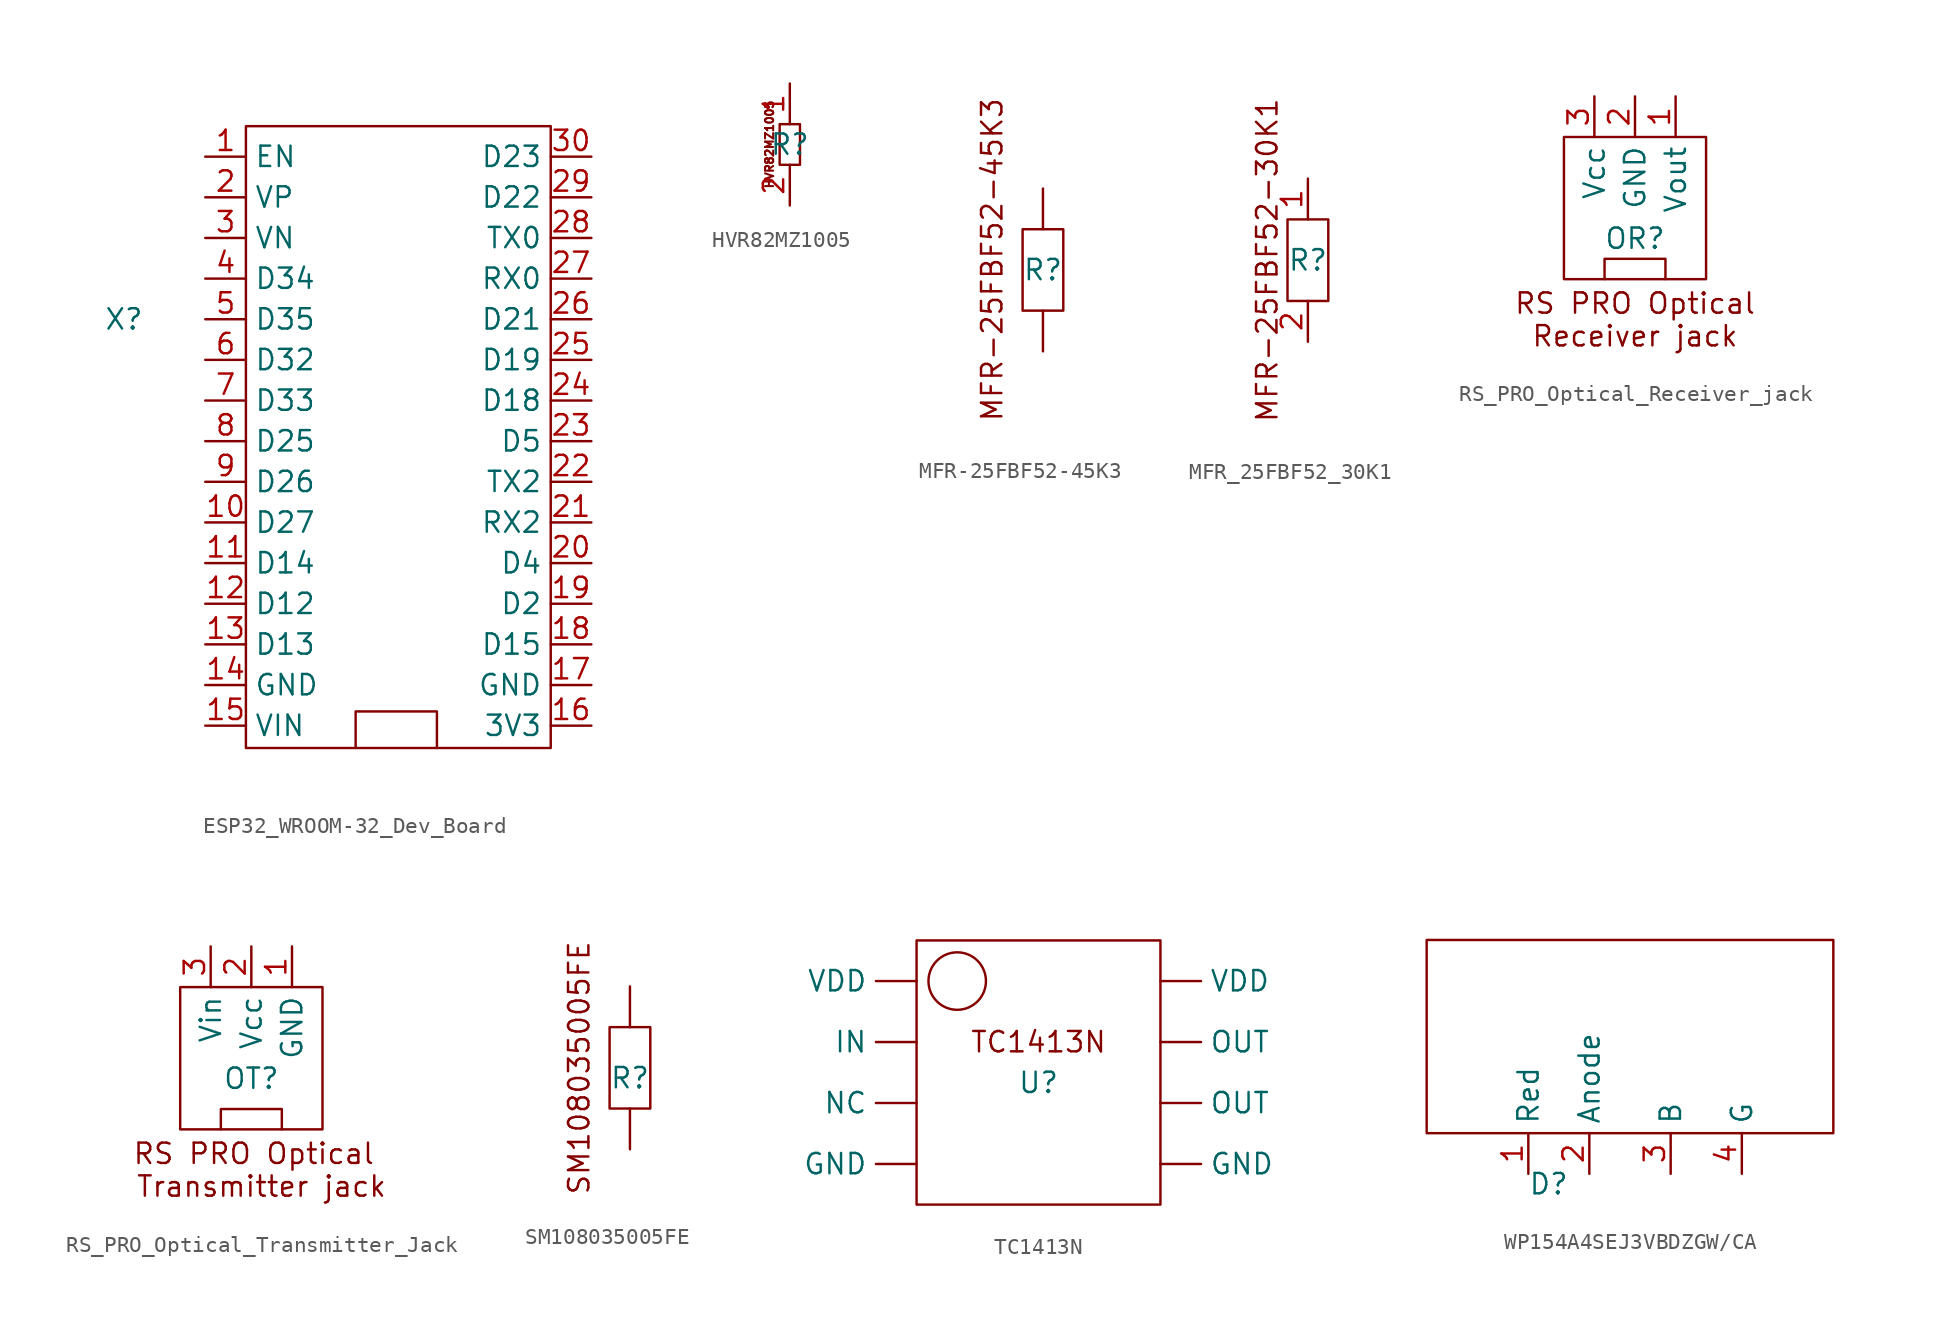
<source format=kicad_sym>
(kicad_symbol_lib
  (version 20231120)
  (generator "kicad_symbol_editor")
  (generator_version "8.0")
  (symbol "ESP32_WROOM-32_Dev_Board"
    (property "Reference" "X"
      (at -16.51 7.62 0)
      (effects (font (size 1.27 1.27))))
    (property "Value" ""
      (at -16.51 7.62 0)
      (effects (font (size 1.27 1.27))))
    (symbol "ESP32_WROOM-32_Dev_Board_0_1"
      (rectangle (start -8.89 19.685) (end 10.16 -19.177) (stroke (width 0) (type default)) (fill (type none)))
      (polyline (pts (xy -2.032 -19.177) (xy -2.032 -16.891) (xy 3.048 -16.891) (xy 3.048 -19.177)) (stroke (width 0) (type default)) (fill (type none))))
    (symbol "ESP32_WROOM-32_Dev_Board_1_1"
      (pin passive line (at -11.43 17.78 0) (length 2.54) (name "EN" (effects (font (size 1.27 1.27)))) (number "1" (effects (font (size 1.27 1.27)))))
      (pin passive line (at -11.43 -5.08 0) (length 2.54) (name "D27" (effects (font (size 1.27 1.27)))) (number "10" (effects (font (size 1.27 1.27)))))
      (pin passive line (at -11.43 -7.62 0) (length 2.54) (name "D14" (effects (font (size 1.27 1.27)))) (number "11" (effects (font (size 1.27 1.27)))))
      (pin passive line (at -11.43 -10.16 0) (length 2.54) (name "D12" (effects (font (size 1.27 1.27)))) (number "12" (effects (font (size 1.27 1.27)))))
      (pin passive line (at -11.43 -12.7 0) (length 2.54) (name "D13" (effects (font (size 1.27 1.27)))) (number "13" (effects (font (size 1.27 1.27)))))
      (pin passive line (at -11.43 -15.24 0) (length 2.54) (name "GND" (effects (font (size 1.27 1.27)))) (number "14" (effects (font (size 1.27 1.27)))))
      (pin passive line (at -11.43 -17.78 0) (length 2.54) (name "VIN" (effects (font (size 1.27 1.27)))) (number "15" (effects (font (size 1.27 1.27)))))
      (pin passive line (at 12.7 -17.78 180) (length 2.54) (name "3V3" (effects (font (size 1.27 1.27)))) (number "16" (effects (font (size 1.27 1.27)))))
      (pin passive line (at 12.7 -15.24 180) (length 2.54) (name "GND" (effects (font (size 1.27 1.27)))) (number "17" (effects (font (size 1.27 1.27)))))
      (pin passive line (at 12.7 -12.7 180) (length 2.54) (name "D15" (effects (font (size 1.27 1.27)))) (number "18" (effects (font (size 1.27 1.27)))))
      (pin passive line (at 12.7 -10.16 180) (length 2.54) (name "D2" (effects (font (size 1.27 1.27)))) (number "19" (effects (font (size 1.27 1.27)))))
      (pin passive line (at -11.43 15.24 0) (length 2.54) (name "VP" (effects (font (size 1.27 1.27)))) (number "2" (effects (font (size 1.27 1.27)))))
      (pin passive line (at 12.7 -7.62 180) (length 2.54) (name "D4" (effects (font (size 1.27 1.27)))) (number "20" (effects (font (size 1.27 1.27)))))
      (pin passive line (at 12.7 -5.08 180) (length 2.54) (name "RX2" (effects (font (size 1.27 1.27)))) (number "21" (effects (font (size 1.27 1.27)))))
      (pin passive line (at 12.7 -2.54 180) (length 2.54) (name "TX2" (effects (font (size 1.27 1.27)))) (number "22" (effects (font (size 1.27 1.27)))))
      (pin passive line (at 12.7 0 180) (length 2.54) (name "D5" (effects (font (size 1.27 1.27)))) (number "23" (effects (font (size 1.27 1.27)))))
      (pin passive line (at 12.7 2.54 180) (length 2.54) (name "D18" (effects (font (size 1.27 1.27)))) (number "24" (effects (font (size 1.27 1.27)))))
      (pin passive line (at 12.7 5.08 180) (length 2.54) (name "D19" (effects (font (size 1.27 1.27)))) (number "25" (effects (font (size 1.27 1.27)))))
      (pin passive line (at 12.7 7.62 180) (length 2.54) (name "D21" (effects (font (size 1.27 1.27)))) (number "26" (effects (font (size 1.27 1.27)))))
      (pin passive line (at 12.7 10.16 180) (length 2.54) (name "RX0" (effects (font (size 1.27 1.27)))) (number "27" (effects (font (size 1.27 1.27)))))
      (pin passive line (at 12.7 12.7 180) (length 2.54) (name "TX0" (effects (font (size 1.27 1.27)))) (number "28" (effects (font (size 1.27 1.27)))))
      (pin bidirectional line (at 12.7 15.24 180) (length 2.54) (name "D22" (effects (font (size 1.27 1.27)))) (number "29" (effects (font (size 1.27 1.27)))))
      (pin passive line (at -11.43 12.7 0) (length 2.54) (name "VN" (effects (font (size 1.27 1.27)))) (number "3" (effects (font (size 1.27 1.27)))))
      (pin bidirectional line (at 12.7 17.78 180) (length 2.54) (name "D23" (effects (font (size 1.27 1.27)))) (number "30" (effects (font (size 1.27 1.27)))))
      (pin passive line (at -11.43 10.16 0) (length 2.54) (name "D34" (effects (font (size 1.27 1.27)))) (number "4" (effects (font (size 1.27 1.27)))))
      (pin passive line (at -11.43 7.62 0) (length 2.54) (name "D35" (effects (font (size 1.27 1.27)))) (number "5" (effects (font (size 1.27 1.27)))))
      (pin passive line (at -11.43 5.08 0) (length 2.54) (name "D32" (effects (font (size 1.27 1.27)))) (number "6" (effects (font (size 1.27 1.27)))))
      (pin passive line (at -11.43 2.54 0) (length 2.54) (name "D33" (effects (font (size 1.27 1.27)))) (number "7" (effects (font (size 1.27 1.27)))))
      (pin passive line (at -11.43 0 0) (length 2.54) (name "D25" (effects (font (size 1.27 1.27)))) (number "8" (effects (font (size 1.27 1.27)))))
      (pin passive line (at -11.43 -2.54 0) (length 2.54) (name "D26" (effects (font (size 1.27 1.27)))) (number "9" (effects (font (size 1.27 1.27)))))))
  (symbol "HVR82MZ1005"
    (property "Reference" "R"
      (at 0 0 0)
      (effects (font (size 1.27 1.27))))
    (property "Value" ""
      (at 0 0 0)
      (effects (font (size 1.27 1.27))))
    (symbol "HVR82MZ1005_0_1"
      (polyline (pts (xy 0 1.27) (xy -0.635 1.27) (xy -0.635 -1.27) (xy 0.635 -1.27) (xy 0.635 1.27) (xy 0 1.27)) (stroke (width 0) (type default)) (fill (type none))))
    (symbol "HVR82MZ1005_1_1"
      (text "HVR82MZ1005" (at -1.27 0 900) (effects (font (size 0.508 0.508))))
      (pin passive line (at 0 3.81 270) (length 2.54) (name "" (effects (font (size 1.27 1.27)))) (number "1" (effects (font (size 1.27 1.27)))))
      (pin passive line (at 0 -3.81 90) (length 2.54) (name "" (effects (font (size 1.27 1.27)))) (number "2" (effects (font (size 1.27 1.27)))))))
  (symbol "MFR-25FBF52-45K3"
    (property "Reference" "R"
      (at 0 0 0)
      (effects (font (size 1.27 1.27))))
    (property "Value" ""
      (at 0 0 0)
      (effects (font (size 1.27 1.27))))
    (symbol "MFR-25FBF52-45K3_0_1"
      (polyline (pts (xy 0 2.54) (xy -1.27 2.54) (xy -1.27 -2.54) (xy 1.27 -2.54) (xy 1.27 2.54) (xy 0 2.54)) (stroke (width 0) (type default)) (fill (type none))))
    (symbol "MFR-25FBF52-45K3_1_1"
      (text "MFR-25FBF52-45K3" (at -3.175 0.635 900) (effects (font (size 1.27 1.27))))
      (pin passive line (at 0 -5.08 90) (length 2.54) (name "" (effects (font (size 1.27 1.27)))) (number "" (effects (font (size 1.27 1.27)))))
      (pin passive line (at 0 5.08 270) (length 2.54) (name "" (effects (font (size 1.27 1.27)))) (number "" (effects (font (size 1.27 1.27)))))))
  (symbol "MFR_25FBF52_30K1"
    (property "Reference" "R"
      (at 0 0 0)
      (effects (font (size 1.27 1.27))))
    (property "Value" ""
      (at 0 0 0)
      (effects (font (size 1.27 1.27))))
    (symbol "MFR_25FBF52_30K1_0_1"
      (rectangle (start -1.27 2.54) (end 1.27 -2.54) (stroke (width 0) (type default)) (fill (type none))))
    (symbol "MFR_25FBF52_30K1_1_1"
      (text "MFR-25FBF52-30K1" (at -2.54 0 900) (effects (font (size 1.27 1.27))))
      (pin passive line (at 0 5.08 270) (length 2.54) (name "" (effects (font (size 1.27 1.27)))) (number "1" (effects (font (size 1.27 1.27)))))
      (pin passive line (at 0 -5.08 90) (length 2.54) (name "" (effects (font (size 1.27 1.27)))) (number "2" (effects (font (size 1.27 1.27)))))))
  (symbol "RS_PRO_Optical_Receiver_jack"
    (property "Reference" "OR"
      (at 0 -2.54 0)
      (effects (font (size 1.27 1.27))))
    (property "Value" ""
      (at 0 -2.54 0)
      (effects (font (size 1.27 1.27))))
    (symbol "RS_PRO_Optical_Receiver_jack_0_1"
      (rectangle (start -4.445 3.81) (end 4.445 -5.08) (stroke (width 0) (type default)) (fill (type none))))
    (symbol "RS_PRO_Optical_Receiver_jack_1_1"
      (polyline (pts (xy -1.905 -5.08) (xy -1.905 -3.81) (xy 1.905 -3.81) (xy 1.905 -5.08)) (stroke (width 0) (type default)) (fill (type none)))
      (text "RS PRO Optical\nReceiver jack" (at 0 -7.62 0) (effects (font (size 1.27 1.27))))
      (pin passive line (at 2.54 6.35 270) (length 2.54) (name "Vout" (effects (font (size 1.27 1.27)))) (number "1" (effects (font (size 1.27 1.27)))))
      (pin passive line (at 0 6.35 270) (length 2.54) (name "GND" (effects (font (size 1.27 1.27)))) (number "2" (effects (font (size 1.27 1.27)))))
      (pin passive line (at -2.54 6.35 270) (length 2.54) (name "Vcc" (effects (font (size 1.27 1.27)))) (number "3" (effects (font (size 1.27 1.27)))))))
  (symbol "RS_PRO_Optical_Transmitter_Jack"
    (property "Reference" "OT"
      (at 0 -1.905 0)
      (effects (font (size 1.27 1.27))))
    (property "Value" ""
      (at 0 -1.905 0)
      (effects (font (size 1.27 1.27))))
    (symbol "RS_PRO_Optical_Transmitter_Jack_0_1"
      (rectangle (start -4.445 3.81) (end 4.445 -5.08) (stroke (width 0) (type default)) (fill (type none))))
    (symbol "RS_PRO_Optical_Transmitter_Jack_1_1"
      (polyline (pts (xy -1.905 -5.08) (xy -1.905 -3.81) (xy 1.905 -3.81) (xy 1.905 -5.08)) (stroke (width 0) (type default)) (fill (type none)))
      (text "RS PRO Optical \nTransmitter jack" (at 0.635 -7.62 0) (effects (font (size 1.27 1.27))))
      (pin passive line (at 2.54 6.35 270) (length 2.54) (name "GND" (effects (font (size 1.27 1.27)))) (number "1" (effects (font (size 1.27 1.27)))))
      (pin passive line (at 0 6.35 270) (length 2.54) (name "Vcc" (effects (font (size 1.27 1.27)))) (number "2" (effects (font (size 1.27 1.27)))))
      (pin passive line (at -2.54 6.35 270) (length 2.54) (name "Vin" (effects (font (size 1.27 1.27)))) (number "3" (effects (font (size 1.27 1.27)))))))
  (symbol "SM108035005FE"
    (property "Reference" "R"
      (at 0 0.635 0)
      (effects (font (size 1.27 1.27))))
    (property "Value" ""
      (at 0 0.635 0)
      (effects (font (size 1.27 1.27))))
    (symbol "SM108035005FE_0_1"
      (rectangle (start -1.27 3.81) (end 1.27 -1.27) (stroke (width 0) (type default)) (fill (type none))))
    (symbol "SM108035005FE_1_1"
      (text "SM108035005FE" (at -3.175 1.27 900) (effects (font (size 1.27 1.27))))
      (pin input line (at 0 -3.81 90) (length 2.54) (name "" (effects (font (size 1.27 1.27)))) (number "" (effects (font (size 1.27 1.27)))))
      (pin input line (at 0 6.35 270) (length 2.54) (name "" (effects (font (size 1.27 1.27)))) (number "" (effects (font (size 1.27 1.27)))))))
  (symbol "TC1413N"
    (property "Reference" "U"
      (at 0 0 0)
      (effects (font (size 1.27 1.27))))
    (property "Value" ""
      (at 0 0 0)
      (effects (font (size 1.27 1.27))))
    (symbol "TC1413N_0_1"
      (rectangle (start -7.62 8.89) (end 7.62 -7.62) (stroke (width 0) (type default)) (fill (type none)))
      (circle (center -5.08 6.35) (radius 1.796) (stroke (width 0) (type default)) (fill (type none))))
    (symbol "TC1413N_1_1"
      (text "TC1413N\n" (at 0 2.54 0) (effects (font (size 1.27 1.27))))
      (pin input line (at -7.62 -5.08 180) (length 2.54) (name "GND" (effects (font (size 1.27 1.27)))) (number "" (effects (font (size 1.27 1.27)))))
      (pin input line (at 7.62 -5.08 0) (length 2.54) (name "GND" (effects (font (size 1.27 1.27)))) (number "" (effects (font (size 1.27 1.27)))))
      (pin input line (at -7.62 2.54 180) (length 2.54) (name "IN" (effects (font (size 1.27 1.27)))) (number "" (effects (font (size 1.27 1.27)))))
      (pin passive line (at -7.62 -1.27 180) (length 2.54) (name "NC" (effects (font (size 1.27 1.27)))) (number "" (effects (font (size 1.27 1.27)))))
      (pin output line (at 7.62 -1.27 0) (length 2.54) (name "OUT" (effects (font (size 1.27 1.27)))) (number "" (effects (font (size 1.27 1.27)))))
      (pin output line (at 7.62 2.54 0) (length 2.54) (name "OUT" (effects (font (size 1.27 1.27)))) (number "" (effects (font (size 1.27 1.27)))))
      (pin input line (at -7.62 6.35 180) (length 2.54) (name "VDD" (effects (font (size 1.27 1.27)))) (number "" (effects (font (size 1.27 1.27)))))
      (pin input line (at 7.62 6.35 0) (length 2.54) (name "VDD" (effects (font (size 1.27 1.27)))) (number "" (effects (font (size 1.27 1.27)))))))
  (symbol "WP154A4SEJ3VBDZGW/CA"
    (property "Reference" "D"
      (at 0 0 0)
      (effects (font (size 1.27 1.27))))
    (property "Value" ""
      (at 0 0 0)
      (effects (font (size 1.27 1.27))))
    (symbol "WP154A4SEJ3VBDZGW/CA_0_1"
      (rectangle (start -7.62 15.24) (end 17.78 3.175) (stroke (width 0) (type default)) (fill (type none))))
    (symbol "WP154A4SEJ3VBDZGW/CA_1_1"
      (pin passive line (at -1.27 0.635 90) (length 2.54) (name "Red" (effects (font (size 1.27 1.27)))) (number "1" (effects (font (size 1.27 1.27)))))
      (pin passive line (at 2.54 0.635 90) (length 2.54) (name "Anode" (effects (font (size 1.27 1.27)))) (number "2" (effects (font (size 1.27 1.27)))))
      (pin passive line (at 7.62 0.635 90) (length 2.54) (name "B" (effects (font (size 1.27 1.27)))) (number "3" (effects (font (size 1.27 1.27)))))
      (pin passive line (at 12.065 0.635 90) (length 2.54) (name "G" (effects (font (size 1.27 1.27)))) (number "4" (effects (font (size 1.27 1.27))))))))
</source>
